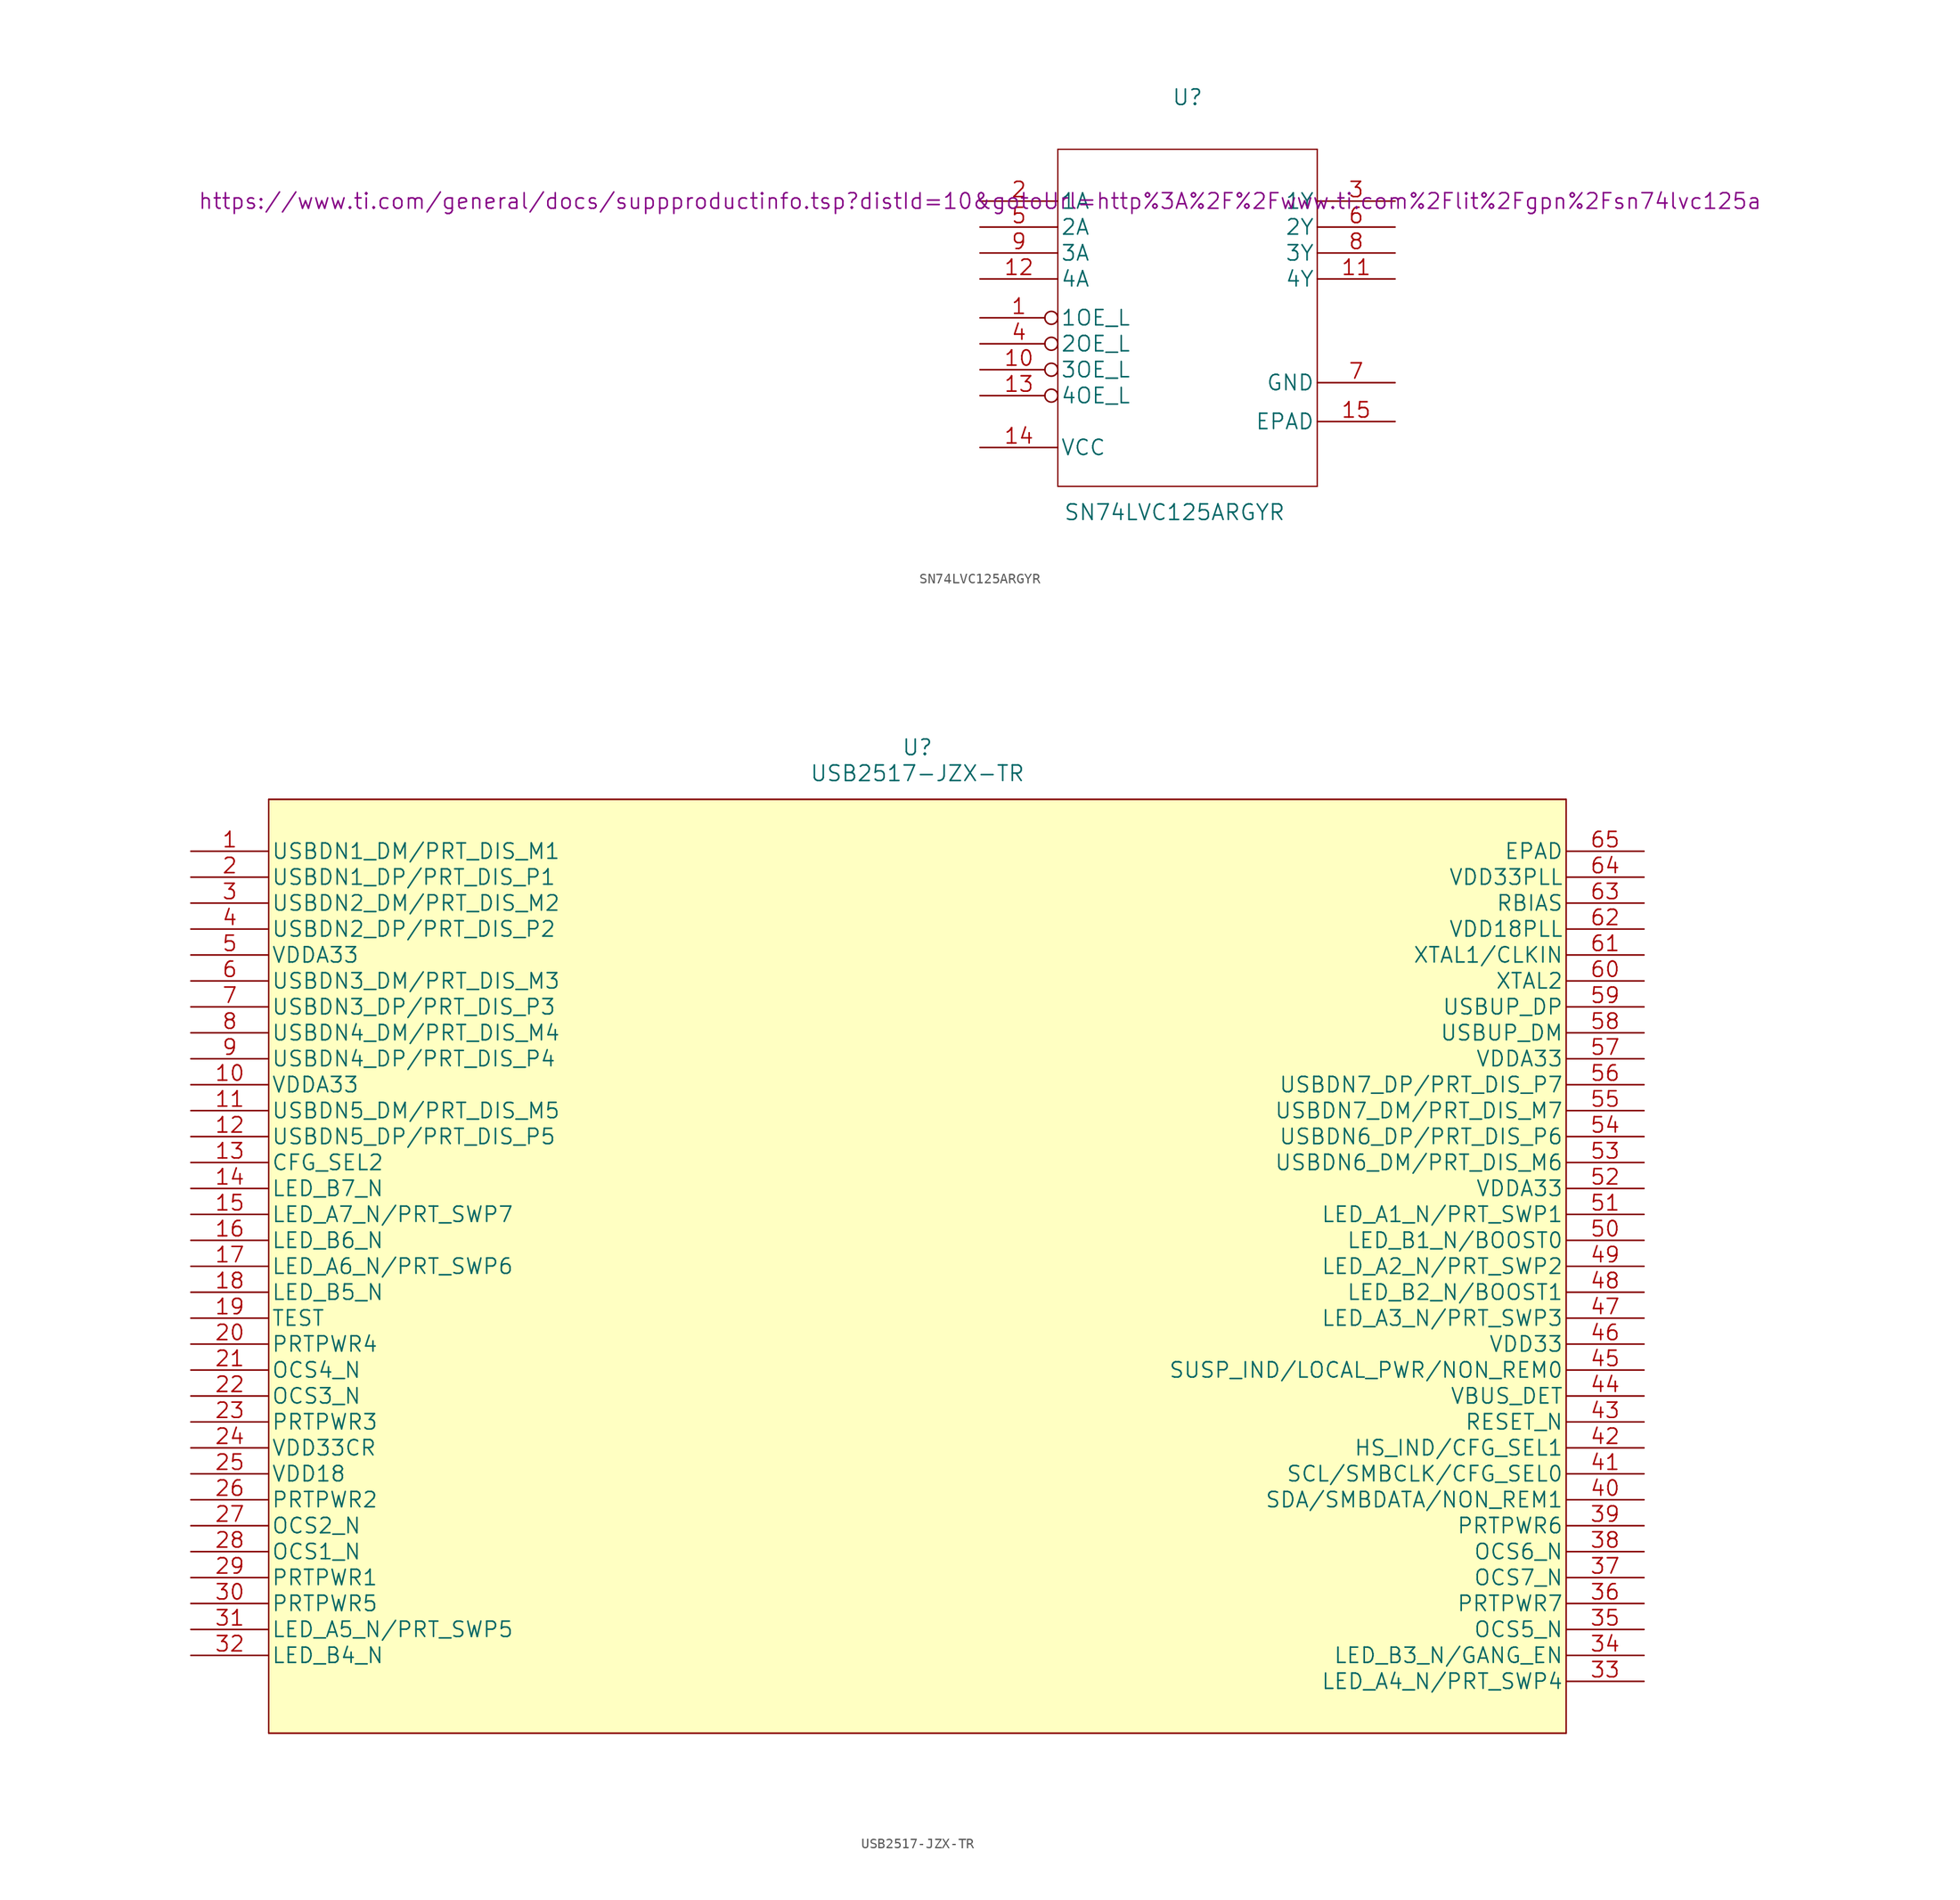
<source format=kicad_sym>
(kicad_symbol_lib
  (version 20211014)
  (generator kicad_symbol_editor)
  (symbol "SN74LVC125ARGYR"
    (pin_names
      (offset 0.254))
    (property "Reference" "U"
      (at 20.32 10.16 0)
      (effects (font (size 1.524 1.524))))
    (property "Value" "SN74LVC125ARGYR"
      (at 19.05 -30.48 0)
      (effects (font (size 1.524 1.524))))
    (property "Datasheet" "https://www.ti.com/general/docs/suppproductinfo.tsp?distId=10&gotoUrl=http%3A%2F%2Fwww.ti.com%2Flit%2Fgpn%2Fsn74lvc125a"
      (at 0 0 0)
      (effects (font (size 1.524 1.524))))
    (symbol "SN74LVC125ARGYR_1_1"
      (polyline (pts (xy 7.62 5.08) (xy 7.62 -27.94)) (stroke (width 0.127) (type default) (color 0 0 0 0)) (fill (type none)))
      (polyline (pts (xy 33.02 -27.94) (xy 33.02 5.08)) (stroke (width 0.127) (type default) (color 0 0 0 0)) (fill (type none)))
      (polyline (pts (xy 33.02 5.08) (xy 7.62 5.08)) (stroke (width 0.127) (type default) (color 0 0 0 0)) (fill (type none)))
      (polyline (pts (xy 7.62 -27.94) (xy 15.24 -27.94) (xy 33.02 -27.94)) (stroke (width 0.127) (type default) (color 0 0 0 0)) (fill (type none)))
      (pin input inverted (at 0 -11.43 0) (length 7.62) (name "1OE_L" (effects (font (size 1.499 1.499)))) (number "1" (effects (font (size 1.499 1.499)))))
      (pin input inverted (at 0 -16.51 0) (length 7.62) (name "3OE_L" (effects (font (size 1.499 1.499)))) (number "10" (effects (font (size 1.499 1.499)))))
      (pin output line (at 40.64 -7.62 180) (length 7.62) (name "4Y" (effects (font (size 1.499 1.499)))) (number "11" (effects (font (size 1.499 1.499)))))
      (pin input line (at 0 -7.62 0) (length 7.62) (name "4A" (effects (font (size 1.499 1.499)))) (number "12" (effects (font (size 1.499 1.499)))))
      (pin input inverted (at 0 -19.05 0) (length 7.62) (name "4OE_L" (effects (font (size 1.499 1.499)))) (number "13" (effects (font (size 1.499 1.499)))))
      (pin power_in line (at 0 -24.13 0) (length 7.62) (name "VCC" (effects (font (size 1.499 1.499)))) (number "14" (effects (font (size 1.499 1.499)))))
      (pin unspecified line (at 40.64 -21.59 180) (length 7.62) (name "EPAD" (effects (font (size 1.499 1.499)))) (number "15" (effects (font (size 1.499 1.499)))))
      (pin input line (at 0 0 0) (length 7.62) (name "1A" (effects (font (size 1.499 1.499)))) (number "2" (effects (font (size 1.499 1.499)))))
      (pin output line (at 40.64 0 180) (length 7.62) (name "1Y" (effects (font (size 1.499 1.499)))) (number "3" (effects (font (size 1.499 1.499)))))
      (pin input inverted (at 0 -13.97 0) (length 7.62) (name "2OE_L" (effects (font (size 1.499 1.499)))) (number "4" (effects (font (size 1.499 1.499)))))
      (pin input line (at 0 -2.54 0) (length 7.62) (name "2A" (effects (font (size 1.499 1.499)))) (number "5" (effects (font (size 1.499 1.499)))))
      (pin output line (at 40.64 -2.54 180) (length 7.62) (name "2Y" (effects (font (size 1.499 1.499)))) (number "6" (effects (font (size 1.499 1.499)))))
      (pin power_in line (at 40.64 -17.78 180) (length 7.62) (name "GND" (effects (font (size 1.499 1.499)))) (number "7" (effects (font (size 1.499 1.499)))))
      (pin output line (at 40.64 -5.08 180) (length 7.62) (name "3Y" (effects (font (size 1.499 1.499)))) (number "8" (effects (font (size 1.499 1.499)))))
      (pin input line (at 0 -5.08 0) (length 7.62) (name "3A" (effects (font (size 1.499 1.499)))) (number "9" (effects (font (size 1.499 1.499)))))))
  (symbol "USB2517-JZX-TR"
    (pin_names
      (offset 0.254))
    (property "Reference" "U"
      (at 71.12 10.16 0)
      (effects (font (size 1.524 1.524))))
    (property "Value" "USB2517-JZX-TR"
      (at 71.12 7.62 0)
      (effects (font (size 1.524 1.524))))
    (symbol "USB2517-JZX-TR_1_1"
      (polyline (pts (xy 7.62 -86.36) (xy 134.62 -86.36)) (stroke (width 0.127) (type default) (color 0 0 0 0)) (fill (type background)))
      (polyline (pts (xy 7.62 5.08) (xy 7.62 -86.36)) (stroke (width 0.127) (type default) (color 0 0 0 0)) (fill (type none)))
      (polyline (pts (xy 134.62 -86.36) (xy 134.62 5.08)) (stroke (width 0.127) (type default) (color 0 0 0 0)) (fill (type none)))
      (polyline (pts (xy 134.62 5.08) (xy 7.62 5.08)) (stroke (width 0.127) (type default) (color 0 0 0 0)) (fill (type background)))
      (rectangle (start 7.62 5.08) (end 134.62 -86.36) (stroke (width 0.127) (type default) (color 0 0 0 0)) (fill (type background)))
      (rectangle (start 134.62 -86.36) (end 134.62 -86.36) (stroke (width 0.127) (type default) (color 0 0 0 0)) (fill (type none)))
      (pin bidirectional line (at 0 0 0) (length 7.62) (name "USBDN1_DM/PRT_DIS_M1" (effects (font (size 1.499 1.499)))) (number "1" (effects (font (size 1.499 1.499)))))
      (pin power_in line (at 0 -22.86 0) (length 7.62) (name "VDDA33" (effects (font (size 1.499 1.499)))) (number "10" (effects (font (size 1.499 1.499)))))
      (pin bidirectional line (at 0 -25.4 0) (length 7.62) (name "USBDN5_DM/PRT_DIS_M5" (effects (font (size 1.499 1.499)))) (number "11" (effects (font (size 1.499 1.499)))))
      (pin bidirectional line (at 0 -27.94 0) (length 7.62) (name "USBDN5_DP/PRT_DIS_P5" (effects (font (size 1.499 1.499)))) (number "12" (effects (font (size 1.499 1.499)))))
      (pin bidirectional line (at 0 -30.48 0) (length 7.62) (name "CFG_SEL2" (effects (font (size 1.499 1.499)))) (number "13" (effects (font (size 1.499 1.499)))))
      (pin bidirectional line (at 0 -33.02 0) (length 7.62) (name "LED_B7_N" (effects (font (size 1.499 1.499)))) (number "14" (effects (font (size 1.499 1.499)))))
      (pin bidirectional line (at 0 -35.56 0) (length 7.62) (name "LED_A7_N/PRT_SWP7" (effects (font (size 1.499 1.499)))) (number "15" (effects (font (size 1.499 1.499)))))
      (pin bidirectional line (at 0 -38.1 0) (length 7.62) (name "LED_B6_N" (effects (font (size 1.499 1.499)))) (number "16" (effects (font (size 1.499 1.499)))))
      (pin bidirectional line (at 0 -40.64 0) (length 7.62) (name "LED_A6_N/PRT_SWP6" (effects (font (size 1.499 1.499)))) (number "17" (effects (font (size 1.499 1.499)))))
      (pin bidirectional line (at 0 -43.18 0) (length 7.62) (name "LED_B5_N" (effects (font (size 1.499 1.499)))) (number "18" (effects (font (size 1.499 1.499)))))
      (pin bidirectional line (at 0 -45.72 0) (length 7.62) (name "TEST" (effects (font (size 1.499 1.499)))) (number "19" (effects (font (size 1.499 1.499)))))
      (pin bidirectional line (at 0 -2.54 0) (length 7.62) (name "USBDN1_DP/PRT_DIS_P1" (effects (font (size 1.499 1.499)))) (number "2" (effects (font (size 1.499 1.499)))))
      (pin bidirectional line (at 0 -48.26 0) (length 7.62) (name "PRTPWR4" (effects (font (size 1.499 1.499)))) (number "20" (effects (font (size 1.499 1.499)))))
      (pin bidirectional line (at 0 -50.8 0) (length 7.62) (name "OCS4_N" (effects (font (size 1.499 1.499)))) (number "21" (effects (font (size 1.499 1.499)))))
      (pin bidirectional line (at 0 -53.34 0) (length 7.62) (name "OCS3_N" (effects (font (size 1.499 1.499)))) (number "22" (effects (font (size 1.499 1.499)))))
      (pin bidirectional line (at 0 -55.88 0) (length 7.62) (name "PRTPWR3" (effects (font (size 1.499 1.499)))) (number "23" (effects (font (size 1.499 1.499)))))
      (pin power_in line (at 0 -58.42 0) (length 7.62) (name "VDD33CR" (effects (font (size 1.499 1.499)))) (number "24" (effects (font (size 1.499 1.499)))))
      (pin power_in line (at 0 -60.96 0) (length 7.62) (name "VDD18" (effects (font (size 1.499 1.499)))) (number "25" (effects (font (size 1.499 1.499)))))
      (pin bidirectional line (at 0 -63.5 0) (length 7.62) (name "PRTPWR2" (effects (font (size 1.499 1.499)))) (number "26" (effects (font (size 1.499 1.499)))))
      (pin bidirectional line (at 0 -66.04 0) (length 7.62) (name "OCS2_N" (effects (font (size 1.499 1.499)))) (number "27" (effects (font (size 1.499 1.499)))))
      (pin bidirectional line (at 0 -68.58 0) (length 7.62) (name "OCS1_N" (effects (font (size 1.499 1.499)))) (number "28" (effects (font (size 1.499 1.499)))))
      (pin bidirectional line (at 0 -71.12 0) (length 7.62) (name "PRTPWR1" (effects (font (size 1.499 1.499)))) (number "29" (effects (font (size 1.499 1.499)))))
      (pin bidirectional line (at 0 -5.08 0) (length 7.62) (name "USBDN2_DM/PRT_DIS_M2" (effects (font (size 1.499 1.499)))) (number "3" (effects (font (size 1.499 1.499)))))
      (pin bidirectional line (at 0 -73.66 0) (length 7.62) (name "PRTPWR5" (effects (font (size 1.499 1.499)))) (number "30" (effects (font (size 1.499 1.499)))))
      (pin bidirectional line (at 0 -76.2 0) (length 7.62) (name "LED_A5_N/PRT_SWP5" (effects (font (size 1.499 1.499)))) (number "31" (effects (font (size 1.499 1.499)))))
      (pin bidirectional line (at 0 -78.74 0) (length 7.62) (name "LED_B4_N" (effects (font (size 1.499 1.499)))) (number "32" (effects (font (size 1.499 1.499)))))
      (pin bidirectional line (at 142.24 -81.28 180) (length 7.62) (name "LED_A4_N/PRT_SWP4" (effects (font (size 1.499 1.499)))) (number "33" (effects (font (size 1.499 1.499)))))
      (pin bidirectional line (at 142.24 -78.74 180) (length 7.62) (name "LED_B3_N/GANG_EN" (effects (font (size 1.499 1.499)))) (number "34" (effects (font (size 1.499 1.499)))))
      (pin bidirectional line (at 142.24 -76.2 180) (length 7.62) (name "OCS5_N" (effects (font (size 1.499 1.499)))) (number "35" (effects (font (size 1.499 1.499)))))
      (pin bidirectional line (at 142.24 -73.66 180) (length 7.62) (name "PRTPWR7" (effects (font (size 1.499 1.499)))) (number "36" (effects (font (size 1.499 1.499)))))
      (pin bidirectional line (at 142.24 -71.12 180) (length 7.62) (name "OCS7_N" (effects (font (size 1.499 1.499)))) (number "37" (effects (font (size 1.499 1.499)))))
      (pin bidirectional line (at 142.24 -68.58 180) (length 7.62) (name "OCS6_N" (effects (font (size 1.499 1.499)))) (number "38" (effects (font (size 1.499 1.499)))))
      (pin bidirectional line (at 142.24 -66.04 180) (length 7.62) (name "PRTPWR6" (effects (font (size 1.499 1.499)))) (number "39" (effects (font (size 1.499 1.499)))))
      (pin bidirectional line (at 0 -7.62 0) (length 7.62) (name "USBDN2_DP/PRT_DIS_P2" (effects (font (size 1.499 1.499)))) (number "4" (effects (font (size 1.499 1.499)))))
      (pin bidirectional line (at 142.24 -63.5 180) (length 7.62) (name "SDA/SMBDATA/NON_REM1" (effects (font (size 1.499 1.499)))) (number "40" (effects (font (size 1.499 1.499)))))
      (pin bidirectional line (at 142.24 -60.96 180) (length 7.62) (name "SCL/SMBCLK/CFG_SEL0" (effects (font (size 1.499 1.499)))) (number "41" (effects (font (size 1.499 1.499)))))
      (pin bidirectional line (at 142.24 -58.42 180) (length 7.62) (name "HS_IND/CFG_SEL1" (effects (font (size 1.499 1.499)))) (number "42" (effects (font (size 1.499 1.499)))))
      (pin bidirectional line (at 142.24 -55.88 180) (length 7.62) (name "RESET_N" (effects (font (size 1.499 1.499)))) (number "43" (effects (font (size 1.499 1.499)))))
      (pin bidirectional line (at 142.24 -53.34 180) (length 7.62) (name "VBUS_DET" (effects (font (size 1.499 1.499)))) (number "44" (effects (font (size 1.499 1.499)))))
      (pin bidirectional line (at 142.24 -50.8 180) (length 7.62) (name "SUSP_IND/LOCAL_PWR/NON_REM0" (effects (font (size 1.499 1.499)))) (number "45" (effects (font (size 1.499 1.499)))))
      (pin power_in line (at 142.24 -48.26 180) (length 7.62) (name "VDD33" (effects (font (size 1.499 1.499)))) (number "46" (effects (font (size 1.499 1.499)))))
      (pin bidirectional line (at 142.24 -45.72 180) (length 7.62) (name "LED_A3_N/PRT_SWP3" (effects (font (size 1.499 1.499)))) (number "47" (effects (font (size 1.499 1.499)))))
      (pin bidirectional line (at 142.24 -43.18 180) (length 7.62) (name "LED_B2_N/BOOST1" (effects (font (size 1.499 1.499)))) (number "48" (effects (font (size 1.499 1.499)))))
      (pin bidirectional line (at 142.24 -40.64 180) (length 7.62) (name "LED_A2_N/PRT_SWP2" (effects (font (size 1.499 1.499)))) (number "49" (effects (font (size 1.499 1.499)))))
      (pin power_in line (at 0 -10.16 0) (length 7.62) (name "VDDA33" (effects (font (size 1.499 1.499)))) (number "5" (effects (font (size 1.499 1.499)))))
      (pin bidirectional line (at 142.24 -38.1 180) (length 7.62) (name "LED_B1_N/BOOST0" (effects (font (size 1.499 1.499)))) (number "50" (effects (font (size 1.499 1.499)))))
      (pin bidirectional line (at 142.24 -35.56 180) (length 7.62) (name "LED_A1_N/PRT_SWP1" (effects (font (size 1.499 1.499)))) (number "51" (effects (font (size 1.499 1.499)))))
      (pin power_in line (at 142.24 -33.02 180) (length 7.62) (name "VDDA33" (effects (font (size 1.499 1.499)))) (number "52" (effects (font (size 1.499 1.499)))))
      (pin bidirectional line (at 142.24 -30.48 180) (length 7.62) (name "USBDN6_DM/PRT_DIS_M6" (effects (font (size 1.499 1.499)))) (number "53" (effects (font (size 1.499 1.499)))))
      (pin bidirectional line (at 142.24 -27.94 180) (length 7.62) (name "USBDN6_DP/PRT_DIS_P6" (effects (font (size 1.499 1.499)))) (number "54" (effects (font (size 1.499 1.499)))))
      (pin bidirectional line (at 142.24 -25.4 180) (length 7.62) (name "USBDN7_DM/PRT_DIS_M7" (effects (font (size 1.499 1.499)))) (number "55" (effects (font (size 1.499 1.499)))))
      (pin bidirectional line (at 142.24 -22.86 180) (length 7.62) (name "USBDN7_DP/PRT_DIS_P7" (effects (font (size 1.499 1.499)))) (number "56" (effects (font (size 1.499 1.499)))))
      (pin power_in line (at 142.24 -20.32 180) (length 7.62) (name "VDDA33" (effects (font (size 1.499 1.499)))) (number "57" (effects (font (size 1.499 1.499)))))
      (pin bidirectional line (at 142.24 -17.78 180) (length 7.62) (name "USBUP_DM" (effects (font (size 1.499 1.499)))) (number "58" (effects (font (size 1.499 1.499)))))
      (pin bidirectional line (at 142.24 -15.24 180) (length 7.62) (name "USBUP_DP" (effects (font (size 1.499 1.499)))) (number "59" (effects (font (size 1.499 1.499)))))
      (pin bidirectional line (at 0 -12.7 0) (length 7.62) (name "USBDN3_DM/PRT_DIS_M3" (effects (font (size 1.499 1.499)))) (number "6" (effects (font (size 1.499 1.499)))))
      (pin bidirectional line (at 142.24 -12.7 180) (length 7.62) (name "XTAL2" (effects (font (size 1.499 1.499)))) (number "60" (effects (font (size 1.499 1.499)))))
      (pin bidirectional line (at 142.24 -10.16 180) (length 7.62) (name "XTAL1/CLKIN" (effects (font (size 1.499 1.499)))) (number "61" (effects (font (size 1.499 1.499)))))
      (pin power_in line (at 142.24 -7.62 180) (length 7.62) (name "VDD18PLL" (effects (font (size 1.499 1.499)))) (number "62" (effects (font (size 1.499 1.499)))))
      (pin bidirectional line (at 142.24 -5.08 180) (length 7.62) (name "RBIAS" (effects (font (size 1.499 1.499)))) (number "63" (effects (font (size 1.499 1.499)))))
      (pin power_in line (at 142.24 -2.54 180) (length 7.62) (name "VDD33PLL" (effects (font (size 1.499 1.499)))) (number "64" (effects (font (size 1.499 1.499)))))
      (pin unspecified line (at 142.24 0 180) (length 7.62) (name "EPAD" (effects (font (size 1.499 1.499)))) (number "65" (effects (font (size 1.499 1.499)))))
      (pin bidirectional line (at 0 -15.24 0) (length 7.62) (name "USBDN3_DP/PRT_DIS_P3" (effects (font (size 1.499 1.499)))) (number "7" (effects (font (size 1.499 1.499)))))
      (pin bidirectional line (at 0 -17.78 0) (length 7.62) (name "USBDN4_DM/PRT_DIS_M4" (effects (font (size 1.499 1.499)))) (number "8" (effects (font (size 1.499 1.499)))))
      (pin bidirectional line (at 0 -20.32 0) (length 7.62) (name "USBDN4_DP/PRT_DIS_P4" (effects (font (size 1.499 1.499)))) (number "9" (effects (font (size 1.499 1.499))))))))
</source>
